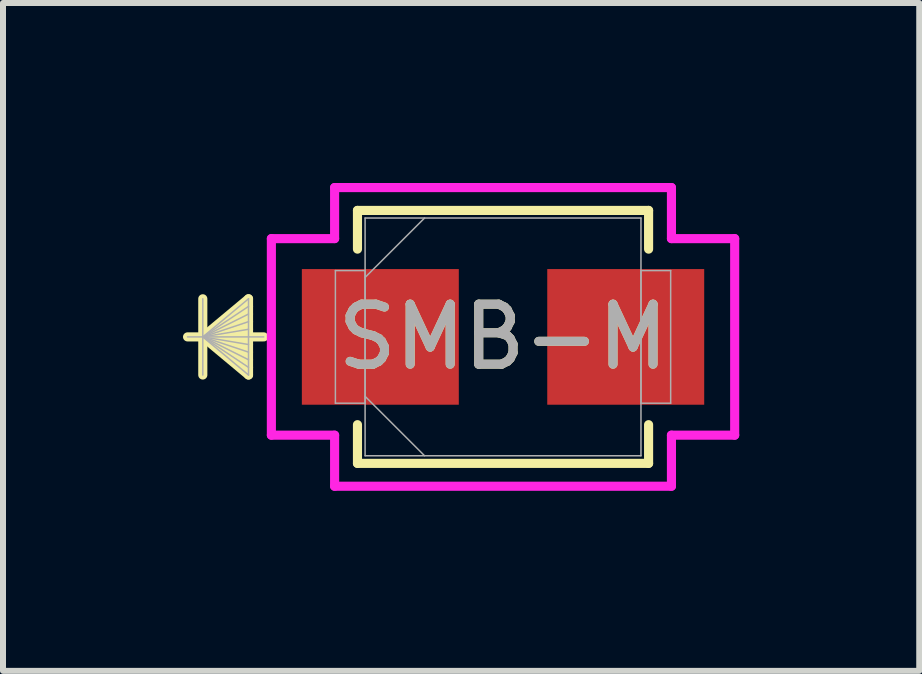
<source format=kicad_pcb>
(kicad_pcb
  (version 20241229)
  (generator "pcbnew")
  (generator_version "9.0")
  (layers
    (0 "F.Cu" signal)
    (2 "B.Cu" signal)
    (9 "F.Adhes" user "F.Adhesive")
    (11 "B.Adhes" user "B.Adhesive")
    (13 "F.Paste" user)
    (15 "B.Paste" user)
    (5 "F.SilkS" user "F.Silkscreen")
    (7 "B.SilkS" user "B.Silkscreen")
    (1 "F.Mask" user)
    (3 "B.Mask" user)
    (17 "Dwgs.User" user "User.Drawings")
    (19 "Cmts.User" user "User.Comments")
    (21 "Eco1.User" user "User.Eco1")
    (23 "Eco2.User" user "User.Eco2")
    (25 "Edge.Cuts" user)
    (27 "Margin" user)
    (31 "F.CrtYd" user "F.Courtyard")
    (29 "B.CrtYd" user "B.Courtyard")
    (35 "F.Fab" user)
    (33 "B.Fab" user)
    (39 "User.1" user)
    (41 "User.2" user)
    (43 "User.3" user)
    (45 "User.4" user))
  (footprint "SMB-M"
    (layer "F.Cu")
    (at 5.334 2.565)
    (property "Reference" "SMB-M" (at 0 0 0) (unlocked yes) (layer "F.SilkS") (effects (font (size 1 1) (thickness 0.15))))
    (attr smd)
    (fp_line (start -5.004 -0.635) (end -5.004 0.635) (stroke (width 0.152) (type solid)) (layer "F.SilkS"))
    (fp_line (start -5.004 0) (end -4.242 -0.635) (stroke (width 0.152) (type solid)) (layer "F.SilkS"))
    (fp_line (start -5.004 0) (end -4.242 -0.508) (stroke (width 0.152) (type solid)) (layer "F.SilkS"))
    (fp_line (start -5.004 0) (end -4.242 -0.381) (stroke (width 0.152) (type solid)) (layer "F.SilkS"))
    (fp_line (start -5.004 0) (end -4.242 -0.254) (stroke (width 0.152) (type solid)) (layer "F.SilkS"))
    (fp_line (start -5.004 0) (end -4.242 -0.127) (stroke (width 0.152) (type solid)) (layer "F.SilkS"))
    (fp_line (start -5.004 0) (end -4.242 0.127) (stroke (width 0.152) (type solid)) (layer "F.SilkS"))
    (fp_line (start -5.004 0) (end -4.242 0.254) (stroke (width 0.152) (type solid)) (layer "F.SilkS"))
    (fp_line (start -5.004 0) (end -4.242 0.381) (stroke (width 0.152) (type solid)) (layer "F.SilkS"))
    (fp_line (start -5.004 0) (end -4.242 0.508) (stroke (width 0.152) (type solid)) (layer "F.SilkS"))
    (fp_line (start -5.004 0) (end -4.242 0.635) (stroke (width 0.152) (type solid)) (layer "F.SilkS"))
    (fp_line (start -4.242 -0.635) (end -4.242 0.635) (stroke (width 0.152) (type solid)) (layer "F.SilkS"))
    (fp_line (start -3.988 0) (end -5.258 0) (stroke (width 0.152) (type solid)) (layer "F.SilkS"))
    (fp_line (start -2.426 -2.108) (end -2.426 -1.463) (stroke (width 0.152) (type solid)) (layer "F.SilkS"))
    (fp_line (start -2.426 1.463) (end -2.426 2.108) (stroke (width 0.152) (type solid)) (layer "F.SilkS"))
    (fp_line (start -2.426 2.108) (end 2.426 2.108) (stroke (width 0.152) (type solid)) (layer "F.SilkS"))
    (fp_line (start 2.426 -2.108) (end -2.426 -2.108) (stroke (width 0.152) (type solid)) (layer "F.SilkS"))
    (fp_line (start 2.426 -1.463) (end 2.426 -2.108) (stroke (width 0.152) (type solid)) (layer "F.SilkS"))
    (fp_line (start 2.426 2.108) (end 2.426 1.463) (stroke (width 0.152) (type solid)) (layer "F.SilkS"))
    (fp_line (start -3.861 -1.638) (end -2.807 -1.638) (stroke (width 0.152) (type solid)) (layer "F.CrtYd"))
    (fp_line (start -3.861 1.638) (end -3.861 -1.638) (stroke (width 0.152) (type solid)) (layer "F.CrtYd"))
    (fp_line (start -2.807 -2.489) (end 2.807 -2.489) (stroke (width 0.152) (type solid)) (layer "F.CrtYd"))
    (fp_line (start -2.807 -1.638) (end -2.807 -2.489) (stroke (width 0.152) (type solid)) (layer "F.CrtYd"))
    (fp_line (start -2.807 1.638) (end -3.861 1.638) (stroke (width 0.152) (type solid)) (layer "F.CrtYd"))
    (fp_line (start -2.807 2.489) (end -2.807 1.638) (stroke (width 0.152) (type solid)) (layer "F.CrtYd"))
    (fp_line (start 2.807 -2.489) (end 2.807 -1.638) (stroke (width 0.152) (type solid)) (layer "F.CrtYd"))
    (fp_line (start 2.807 -1.638) (end 3.861 -1.638) (stroke (width 0.152) (type solid)) (layer "F.CrtYd"))
    (fp_line (start 2.807 1.638) (end 2.807 2.489) (stroke (width 0.152) (type solid)) (layer "F.CrtYd"))
    (fp_line (start 2.807 2.489) (end -2.807 2.489) (stroke (width 0.152) (type solid)) (layer "F.CrtYd"))
    (fp_line (start 3.861 -1.638) (end 3.861 1.638) (stroke (width 0.152) (type solid)) (layer "F.CrtYd"))
    (fp_line (start 3.861 1.638) (end 2.807 1.638) (stroke (width 0.152) (type solid)) (layer "F.CrtYd"))
    (fp_line (start -5.004 -0.635) (end -5.004 0.635) (stroke (width 0.025) (type solid)) (layer "F.Fab"))
    (fp_line (start -5.004 0) (end -4.242 -0.635) (stroke (width 0.025) (type solid)) (layer "F.Fab"))
    (fp_line (start -5.004 0) (end -4.242 -0.508) (stroke (width 0.025) (type solid)) (layer "F.Fab"))
    (fp_line (start -5.004 0) (end -4.242 -0.381) (stroke (width 0.025) (type solid)) (layer "F.Fab"))
    (fp_line (start -5.004 0) (end -4.242 -0.254) (stroke (width 0.025) (type solid)) (layer "F.Fab"))
    (fp_line (start -5.004 0) (end -4.242 -0.127) (stroke (width 0.025) (type solid)) (layer "F.Fab"))
    (fp_line (start -5.004 0) (end -4.242 0.127) (stroke (width 0.025) (type solid)) (layer "F.Fab"))
    (fp_line (start -5.004 0) (end -4.242 0.254) (stroke (width 0.025) (type solid)) (layer "F.Fab"))
    (fp_line (start -5.004 0) (end -4.242 0.381) (stroke (width 0.025) (type solid)) (layer "F.Fab"))
    (fp_line (start -5.004 0) (end -4.242 0.508) (stroke (width 0.025) (type solid)) (layer "F.Fab"))
    (fp_line (start -5.004 0) (end -4.242 0.635) (stroke (width 0.025) (type solid)) (layer "F.Fab"))
    (fp_line (start -4.242 -0.635) (end -4.242 0.635) (stroke (width 0.025) (type solid)) (layer "F.Fab"))
    (fp_line (start -3.988 0) (end -5.258 0) (stroke (width 0.025) (type solid)) (layer "F.Fab"))
    (fp_line (start -2.794 -1.105) (end -2.794 1.105) (stroke (width 0.025) (type solid)) (layer "F.Fab"))
    (fp_line (start -2.794 1.105) (end -2.299 1.105) (stroke (width 0.025) (type solid)) (layer "F.Fab"))
    (fp_line (start -2.299 -1.981) (end -2.299 1.981) (stroke (width 0.025) (type solid)) (layer "F.Fab"))
    (fp_line (start -2.299 -1.105) (end -2.794 -1.105) (stroke (width 0.025) (type solid)) (layer "F.Fab"))
    (fp_line (start -2.299 -0.991) (end -1.308 -1.981) (stroke (width 0.025) (type solid)) (layer "F.Fab"))
    (fp_line (start -2.299 0.991) (end -1.308 1.981) (stroke (width 0.025) (type solid)) (layer "F.Fab"))
    (fp_line (start -2.299 1.105) (end -2.299 -1.105) (stroke (width 0.025) (type solid)) (layer "F.Fab"))
    (fp_line (start -2.299 1.981) (end 2.299 1.981) (stroke (width 0.025) (type solid)) (layer "F.Fab"))
    (fp_line (start 2.299 -1.981) (end -2.299 -1.981) (stroke (width 0.025) (type solid)) (layer "F.Fab"))
    (fp_line (start 2.299 -1.105) (end 2.299 1.105) (stroke (width 0.025) (type solid)) (layer "F.Fab"))
    (fp_line (start 2.299 1.105) (end 2.794 1.105) (stroke (width 0.025) (type solid)) (layer "F.Fab"))
    (fp_line (start 2.299 1.981) (end 2.299 -1.981) (stroke (width 0.025) (type solid)) (layer "F.Fab"))
    (fp_line (start 2.794 -1.105) (end 2.299 -1.105) (stroke (width 0.025) (type solid)) (layer "F.Fab"))
    (fp_line (start 2.794 1.105) (end 2.794 -1.105) (stroke (width 0.025) (type solid)) (layer "F.Fab"))
    (fp_text user "${REFERENCE}" (at 0 0 0) (unlocked yes) (layer "F.Fab") (effects (font (size 1 1) (thickness 0.15))))
    (pad "1" smd rect (at -2.045 0) (size 2.616 2.261) (layers "F.Cu" "F.Mask" "F.Paste"))
    (pad "2" smd rect (at 2.045 0) (size 2.616 2.261) (layers "F.Cu" "F.Mask" "F.Paste"))
    (zone (net_name "") (layer "F.Cu") (hatch full 0.508) (connect_pads) (min_thickness 0.254) (filled_areas_thickness no) (keepout (tracks not_allowed) (vias not_allowed) (pads allowed) (copperpour not_allowed) (footprints allowed)) (placement (enabled no)) (fill) (polygon (pts (xy 4.648 0.635) (xy 6.02 0.635) (xy 6.02 4.496) (xy 4.648 4.496)))))
  (gr_rect
    (start -3 -3)
    (end 12.271 8.131)
    (stroke (width 0.1) (type default))
    (fill no)
    (layer "Edge.Cuts")))
</source>
